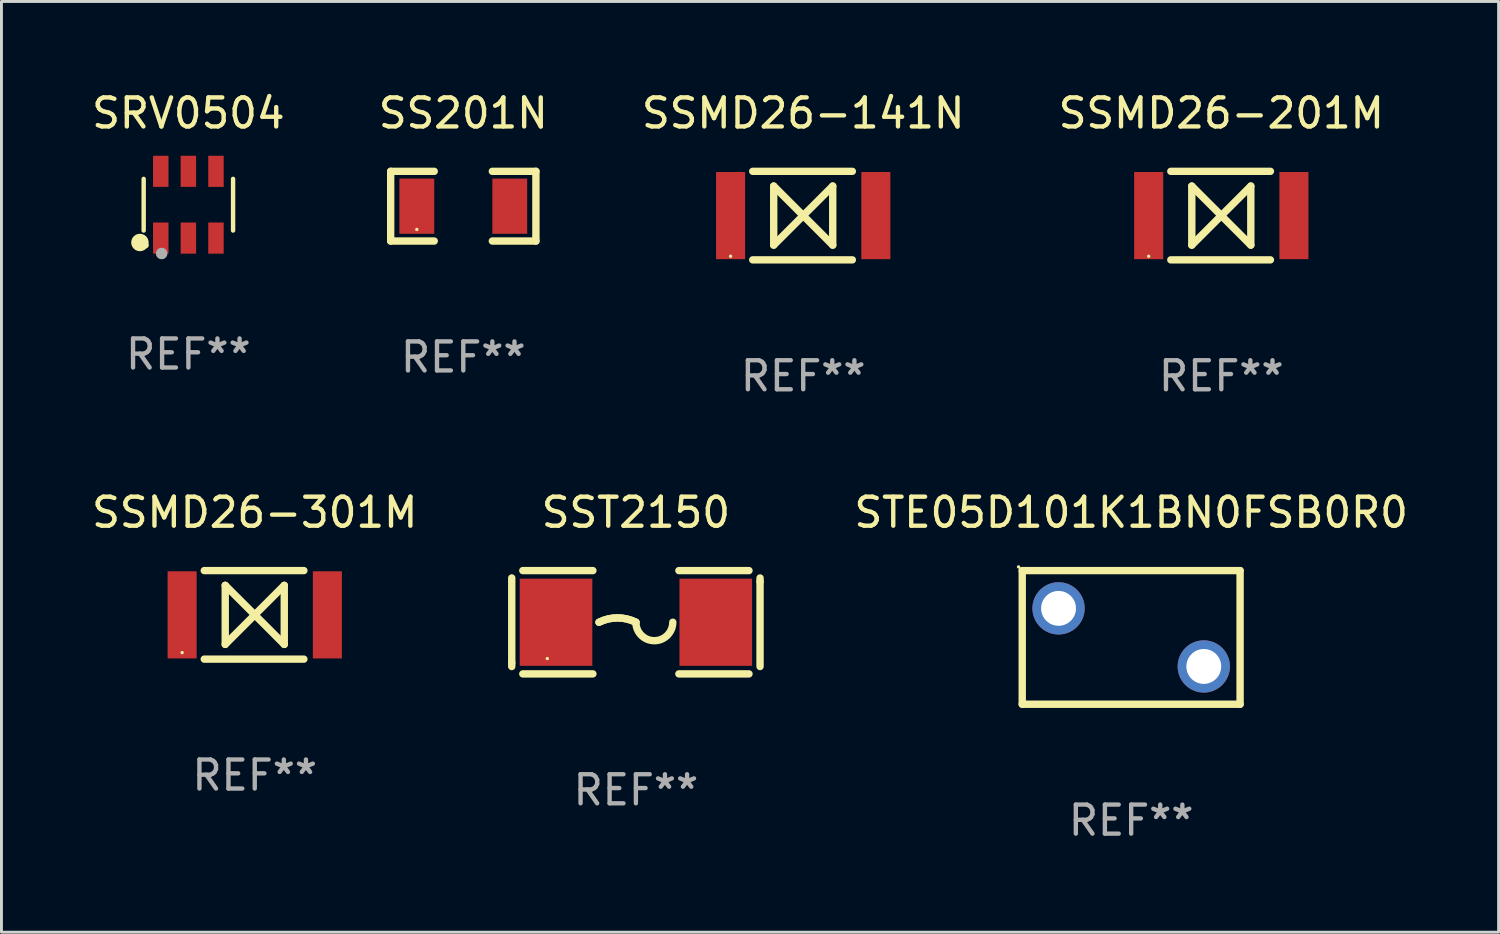
<source format=kicad_pcb>
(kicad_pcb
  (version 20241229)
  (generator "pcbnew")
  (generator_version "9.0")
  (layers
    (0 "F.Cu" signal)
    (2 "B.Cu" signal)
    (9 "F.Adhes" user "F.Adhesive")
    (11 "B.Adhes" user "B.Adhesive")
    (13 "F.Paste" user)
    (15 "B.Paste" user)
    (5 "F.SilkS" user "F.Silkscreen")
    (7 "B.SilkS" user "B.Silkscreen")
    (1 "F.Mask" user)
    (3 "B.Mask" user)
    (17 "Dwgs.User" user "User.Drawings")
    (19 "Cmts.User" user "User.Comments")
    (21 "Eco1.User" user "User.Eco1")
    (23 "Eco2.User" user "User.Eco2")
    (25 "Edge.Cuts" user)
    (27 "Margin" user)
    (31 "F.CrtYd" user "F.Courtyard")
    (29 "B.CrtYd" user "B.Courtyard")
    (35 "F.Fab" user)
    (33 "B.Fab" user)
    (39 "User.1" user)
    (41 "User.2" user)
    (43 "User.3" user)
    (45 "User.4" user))
  (footprint "SRV0504"
    (layer "F.Cu")
    (at 3.435 3.997)
    (property "Reference" "SRV0504" (at 0 -3.149 0) (layer "F.SilkS") (effects (font (size 1 1) (thickness 0.15))))
    (attr through_hole)
    (fp_line (start -1.539 0.889) (end -1.539 -0.889) (stroke (width 0.152) (type solid)) (layer "F.SilkS"))
    (fp_line (start 1.539 0.889) (end 1.539 -0.889) (stroke (width 0.152) (type solid)) (layer "F.SilkS"))
    (fp_circle (center -1.668 1.301) (end -1.518 1.301) (stroke (width 0.3) (type solid)) (fill no) (layer "F.SilkS"))
    (fp_circle (center -1.463 1.4) (end -1.413 1.4) (stroke (width 0.1) (type solid)) (fill no) (layer "F.SilkS"))
    (fp_circle (center -0.92 1.68) (end -0.82 1.68) (stroke (width 0.2) (type solid)) (fill no) (layer "F.Fab"))
    (fp_text user "REF**" (at 0 5.149 0) (layer "F.Fab") (effects (font (size 1 1) (thickness 0.15))))
    (pad "1" smd rect (at -0.95 1.149) (size 0.532 1.072) (layers "F.Cu" "F.Mask" "F.Paste"))
    (pad "2" smd rect (at 0 1.149) (size 0.532 1.072) (layers "F.Cu" "F.Mask" "F.Paste"))
    (pad "3" smd rect (at 0.95 1.149) (size 0.532 1.072) (layers "F.Cu" "F.Mask" "F.Paste"))
    (pad "4" smd rect (at 0.95 -1.149) (size 0.532 1.072) (layers "F.Cu" "F.Mask" "F.Paste"))
    (pad "5" smd rect (at 0 -1.149) (size 0.532 1.072) (layers "F.Cu" "F.Mask" "F.Paste"))
    (pad "6" smd rect (at -0.95 -1.149) (size 0.532 1.072) (layers "F.Cu" "F.Mask" "F.Paste")))
  (footprint "SSMD26-301M"
    (layer "F.Cu")
    (at 5.72 18.117)
    (property "Reference" "SSMD26-301M" (at 0 -3.524 0) (layer "F.SilkS") (effects (font (size 1 1) (thickness 0.15))))
    (attr through_hole)
    (fp_line (start -1.738 -1.524) (end 1.691 -1.524) (stroke (width 0.254) (type solid)) (layer "F.SilkS"))
    (fp_line (start -1.738 1.524) (end 1.691 1.524) (stroke (width 0.254) (type solid)) (layer "F.SilkS"))
    (fp_line (start -1.016 1.016) (end -1.016 -1.016) (stroke (width 0.254) (type solid)) (layer "F.SilkS"))
    (fp_line (start 0 0) (end -1.016 -1.016) (stroke (width 0.254) (type solid)) (layer "F.SilkS"))
    (fp_line (start 0 0) (end -1.016 1.016) (stroke (width 0.254) (type solid)) (layer "F.SilkS"))
    (fp_line (start 0 0) (end 1.016 -1.016) (stroke (width 0.254) (type solid)) (layer "F.SilkS"))
    (fp_line (start 0 0) (end 1.016 1.016) (stroke (width 0.254) (type solid)) (layer "F.SilkS"))
    (fp_line (start 1.016 1.016) (end 1.016 -1.016) (stroke (width 0.254) (type solid)) (layer "F.SilkS"))
    (fp_circle (center -2.5 1.3) (end -2.47 1.3) (stroke (width 0.06) (type solid)) (fill no) (layer "F.SilkS"))
    (fp_text user "REF**" (at 0 5.524 0) (layer "F.Fab") (effects (font (size 1 1) (thickness 0.15))))
    (pad "1" smd rect (at -2.5 0) (size 1 3) (layers "F.Cu" "F.Mask" "F.Paste"))
    (pad "2" smd rect (at 2.5 0) (size 1 3) (layers "F.Cu" "F.Mask" "F.Paste")))
  (footprint "SSMD26-201M"
    (layer "F.Cu")
    (at 38.994 4.372)
    (property "Reference" "SSMD26-201M" (at 0 -3.524 0) (layer "F.SilkS") (effects (font (size 1 1) (thickness 0.15))))
    (attr through_hole)
    (fp_line (start -1.738 -1.524) (end 1.691 -1.524) (stroke (width 0.254) (type solid)) (layer "F.SilkS"))
    (fp_line (start -1.738 1.524) (end 1.691 1.524) (stroke (width 0.254) (type solid)) (layer "F.SilkS"))
    (fp_line (start -1.016 1.016) (end -1.016 -1.016) (stroke (width 0.254) (type solid)) (layer "F.SilkS"))
    (fp_line (start 0 0) (end -1.016 -1.016) (stroke (width 0.254) (type solid)) (layer "F.SilkS"))
    (fp_line (start 0 0) (end -1.016 1.016) (stroke (width 0.254) (type solid)) (layer "F.SilkS"))
    (fp_line (start 0 0) (end 1.016 -1.016) (stroke (width 0.254) (type solid)) (layer "F.SilkS"))
    (fp_line (start 0 0) (end 1.016 1.016) (stroke (width 0.254) (type solid)) (layer "F.SilkS"))
    (fp_line (start 1.016 1.016) (end 1.016 -1.016) (stroke (width 0.254) (type solid)) (layer "F.SilkS"))
    (fp_circle (center -2.5 1.4) (end -2.47 1.4) (stroke (width 0.06) (type solid)) (fill no) (layer "F.SilkS"))
    (fp_text user "REF**" (at 0 5.524 0) (layer "F.Fab") (effects (font (size 1 1) (thickness 0.15))))
    (pad "1" smd rect (at -2.5 0) (size 1 3) (layers "F.Cu" "F.Mask" "F.Paste"))
    (pad "2" smd rect (at 2.5 0) (size 1 3) (layers "F.Cu" "F.Mask" "F.Paste")))
  (footprint "STE05D101K1BN0FSB0R0"
    (layer "F.Cu")
    (at 35.891 18.893)
    (property "Reference" "STE05D101K1BN0FSB0R0" (at 0 -4.3 0) (layer "F.SilkS") (effects (font (size 1 1) (thickness 0.15))))
    (attr through_hole)
    (fp_line (start -3.75 -2.3) (end 3.75 -2.3) (stroke (width 0.254) (type solid)) (layer "F.SilkS"))
    (fp_line (start -3.75 2.3) (end -3.75 -2.3) (stroke (width 0.254) (type solid)) (layer "F.SilkS"))
    (fp_line (start 3.75 -2.3) (end 3.75 2.3) (stroke (width 0.254) (type solid)) (layer "F.SilkS"))
    (fp_line (start 3.75 2.3) (end -3.75 2.3) (stroke (width 0.254) (type solid)) (layer "F.SilkS"))
    (fp_circle (center -3.877 -2.427) (end -3.847 -2.427) (stroke (width 0.06) (type solid)) (fill no) (layer "F.SilkS"))
    (fp_text user "REF**" (at 0 6.3 0) (layer "F.Fab") (effects (font (size 1 1) (thickness 0.15))))
    (pad "1" thru_hole circle (at -2.5 -1) (size 1.8 1.8) (drill 1.2) (layers "*.Cu" "*.Mask"))
    (pad "2" thru_hole circle (at 2.5 1) (size 1.8 1.8) (drill 1.2) (layers "*.Cu" "*.Mask")))
  (footprint "SST2150"
    (layer "F.Cu")
    (at 18.841 18.371)
    (property "Reference" "SST2150" (at 0 -3.778 0) (layer "F.SilkS") (effects (font (size 1 1) (thickness 0.15))))
    (attr through_hole)
    (fp_line (start -4.274 -1.524) (end -4.274 1.397) (stroke (width 0.254) (type solid)) (layer "F.SilkS"))
    (fp_line (start -4.274 1.397) (end -4.274 1.524) (stroke (width 0.254) (type solid)) (layer "F.SilkS"))
    (fp_line (start -3.893 1.778) (end -1.48 1.778) (stroke (width 0.254) (type solid)) (layer "F.SilkS"))
    (fp_line (start -1.48 -1.778) (end -3.893 -1.778) (stroke (width 0.254) (type solid)) (layer "F.SilkS"))
    (fp_line (start 1.48 1.778) (end 3.893 1.778) (stroke (width 0.254) (type solid)) (layer "F.SilkS"))
    (fp_line (start 3.893 -1.778) (end 1.48 -1.778) (stroke (width 0.254) (type solid)) (layer "F.SilkS"))
    (fp_line (start 4.274 -1.397) (end 4.274 -1.524) (stroke (width 0.254) (type solid)) (layer "F.SilkS"))
    (fp_line (start 4.274 1.524) (end 4.274 -1.397) (stroke (width 0.254) (type solid)) (layer "F.SilkS"))
    (fp_arc (start -1.26999 0) (mid -0.634989 -0.149903) (end 0.000013 0) (stroke (width 0.254001) (type solid)) (layer "F.SilkS"))
    (fp_arc (start -1.26999 0) (mid -0.634989 -0.149903) (end 0.000013 0) (stroke (width 0.254001) (type solid)) (layer "F.SilkS"))
    (fp_arc (start 1.270015 0) (mid 0.635014 0.635001) (end 0.000013 0) (stroke (width 0.254001) (type solid)) (layer "F.SilkS"))
    (fp_circle (center -3.05 1.25) (end -3.02 1.25) (stroke (width 0.06) (type solid)) (fill no) (layer "F.SilkS"))
    (fp_text user "REF**" (at 0 5.778 0) (layer "F.Fab") (effects (font (size 1 1) (thickness 0.15))))
    (pad "1" smd rect (at -2.75 0) (size 2.5 3) (layers "F.Cu" "F.Mask" "F.Paste"))
    (pad "2" smd rect (at 2.75 0) (size 2.5 3) (layers "F.Cu" "F.Mask" "F.Paste")))
  (footprint "SSMD26-141N"
    (layer "F.Cu")
    (at 24.601 4.372)
    (property "Reference" "SSMD26-141N" (at 0 -3.524 0) (layer "F.SilkS") (effects (font (size 1 1) (thickness 0.15))))
    (attr through_hole)
    (fp_line (start -1.738 -1.524) (end 1.691 -1.524) (stroke (width 0.254) (type solid)) (layer "F.SilkS"))
    (fp_line (start -1.738 1.524) (end 1.691 1.524) (stroke (width 0.254) (type solid)) (layer "F.SilkS"))
    (fp_line (start -1.016 1.016) (end -1.016 -1.016) (stroke (width 0.254) (type solid)) (layer "F.SilkS"))
    (fp_line (start 0 0) (end -1.016 -1.016) (stroke (width 0.254) (type solid)) (layer "F.SilkS"))
    (fp_line (start 0 0) (end -1.016 1.016) (stroke (width 0.254) (type solid)) (layer "F.SilkS"))
    (fp_line (start 0 0) (end 1.016 -1.016) (stroke (width 0.254) (type solid)) (layer "F.SilkS"))
    (fp_line (start 0 0) (end 1.016 1.016) (stroke (width 0.254) (type solid)) (layer "F.SilkS"))
    (fp_line (start 1.016 1.016) (end 1.016 -1.016) (stroke (width 0.254) (type solid)) (layer "F.SilkS"))
    (fp_circle (center -2.5 1.4) (end -2.47 1.4) (stroke (width 0.06) (type solid)) (fill no) (layer "F.SilkS"))
    (fp_text user "REF**" (at 0 5.524 0) (layer "F.Fab") (effects (font (size 1 1) (thickness 0.15))))
    (pad "1" smd rect (at -2.5 0) (size 1 3) (layers "F.Cu" "F.Mask" "F.Paste"))
    (pad "2" smd rect (at 2.5 0) (size 1 3) (layers "F.Cu" "F.Mask" "F.Paste")))
  (footprint "SS201N"
    (layer "F.Cu")
    (at 12.899 4.048)
    (property "Reference" "SS201N" (at 0 -3.2 0) (layer "F.SilkS") (effects (font (size 1 1) (thickness 0.15))))
    (attr through_hole)
    (fp_line (start -2.5 -1.2) (end -2.5 1.2) (stroke (width 0.254) (type solid)) (layer "F.SilkS"))
    (fp_line (start -1 -1.2) (end -2.5 -1.2) (stroke (width 0.254) (type solid)) (layer "F.SilkS"))
    (fp_line (start -1 1.2) (end -2.5 1.2) (stroke (width 0.254) (type solid)) (layer "F.SilkS"))
    (fp_line (start 1 -1.2) (end 2.5 -1.2) (stroke (width 0.254) (type solid)) (layer "F.SilkS"))
    (fp_line (start 1 1.2) (end 2.5 1.2) (stroke (width 0.254) (type solid)) (layer "F.SilkS"))
    (fp_line (start 2.5 -1.2) (end 2.5 1.2) (stroke (width 0.254) (type solid)) (layer "F.SilkS"))
    (fp_circle (center -1.6 0.8) (end -1.57 0.8) (stroke (width 0.06) (type solid)) (fill no) (layer "F.SilkS"))
    (fp_text user "REF**" (at 0 5.2 0) (layer "F.Fab") (effects (font (size 1 1) (thickness 0.15))))
    (pad "1" smd rect (at -1.6 0) (size 1.2 1.9) (layers "F.Cu" "F.Mask" "F.Paste"))
    (pad "2" smd rect (at 1.6 0) (size 1.2 1.9) (layers "F.Cu" "F.Mask" "F.Paste")))
  (gr_rect
    (start -3 -3)
    (end 48.54 29.041)
    (stroke (width 0.1) (type default))
    (fill no)
    (layer "Edge.Cuts")))
</source>
